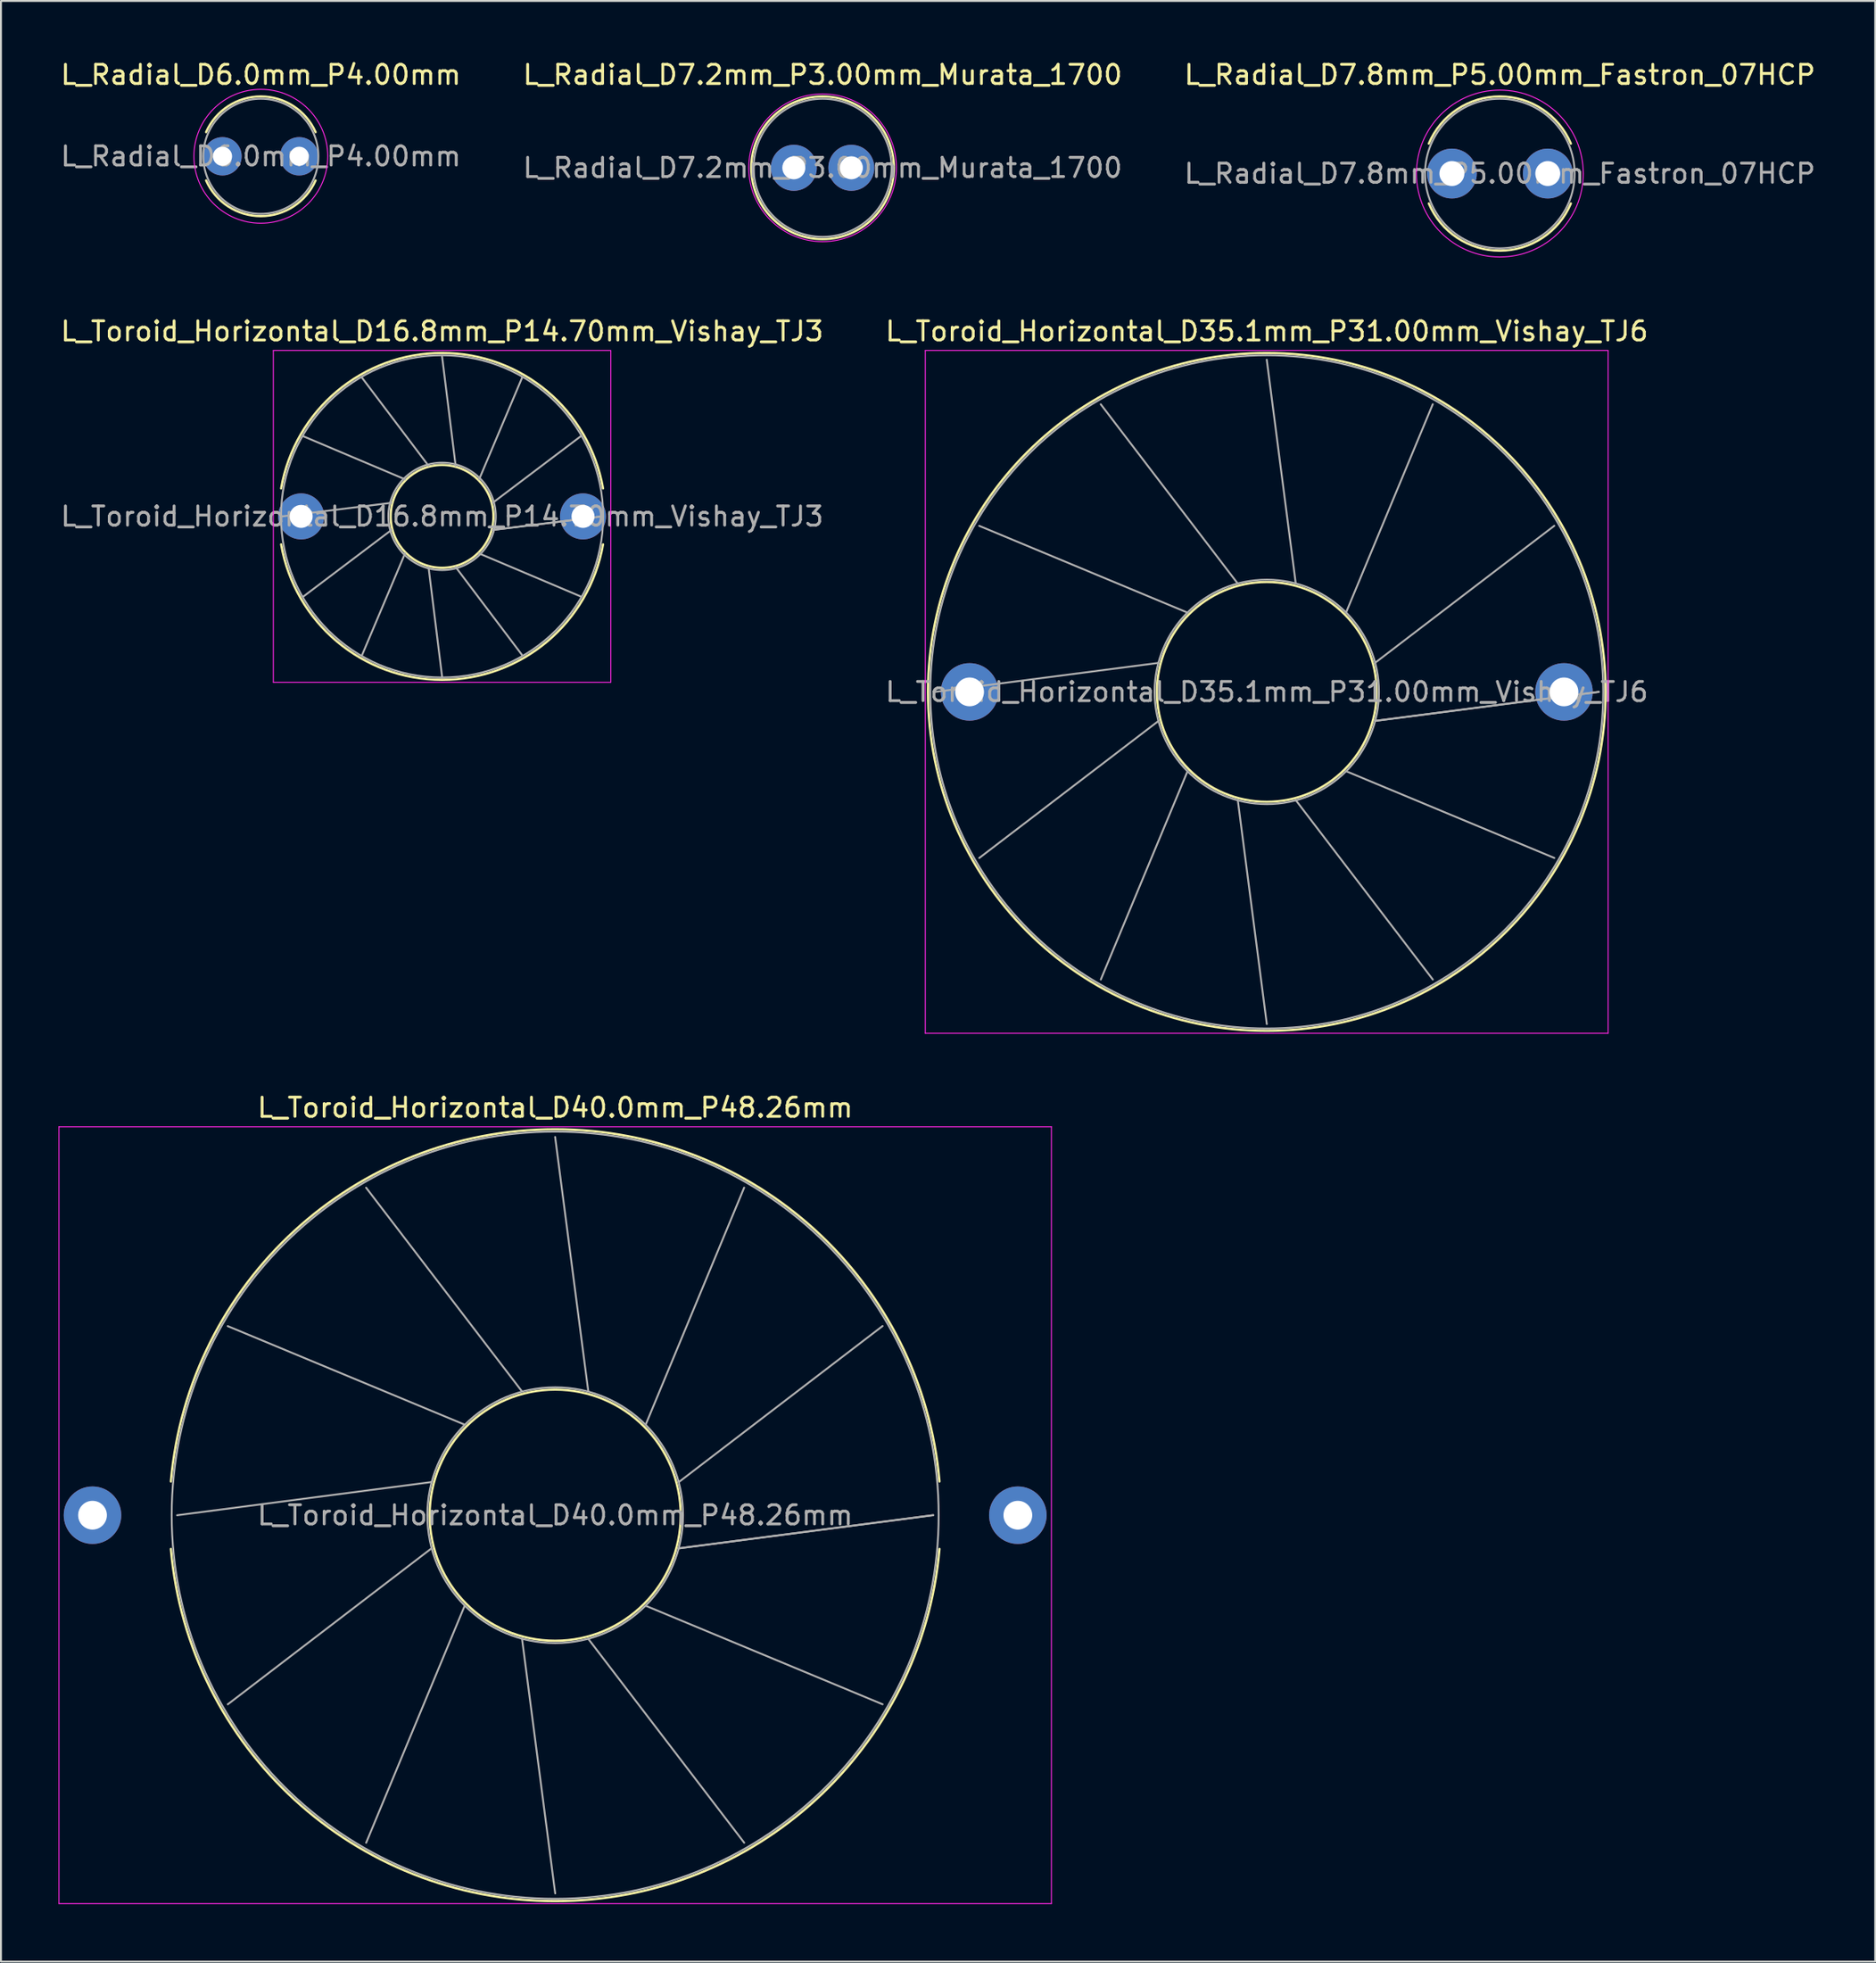
<source format=kicad_pcb>
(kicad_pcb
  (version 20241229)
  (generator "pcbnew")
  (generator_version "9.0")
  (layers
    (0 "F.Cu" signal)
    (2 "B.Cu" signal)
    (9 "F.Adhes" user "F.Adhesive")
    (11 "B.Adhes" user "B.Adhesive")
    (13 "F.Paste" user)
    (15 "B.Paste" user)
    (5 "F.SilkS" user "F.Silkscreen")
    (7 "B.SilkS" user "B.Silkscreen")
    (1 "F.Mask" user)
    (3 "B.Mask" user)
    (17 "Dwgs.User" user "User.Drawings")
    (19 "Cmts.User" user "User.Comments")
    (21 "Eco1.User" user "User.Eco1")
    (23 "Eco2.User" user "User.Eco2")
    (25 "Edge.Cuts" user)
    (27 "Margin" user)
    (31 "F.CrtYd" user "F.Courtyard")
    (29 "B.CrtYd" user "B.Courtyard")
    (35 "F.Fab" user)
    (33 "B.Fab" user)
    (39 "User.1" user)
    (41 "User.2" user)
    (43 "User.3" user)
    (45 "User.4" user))
  (footprint "L_Radial_D7.8mm_P5.00mm_Fastron_07HCP"
    (layer "F.Cu")
    (at 72.673 5.998)
    (property "Reference" "L_Radial_D7.8mm_P5.00mm_Fastron_07HCP" (at 2.5 -5.15 0) (layer "F.SilkS") (effects (font (size 1 1) (thickness 0.15))))
    (attr through_hole)
    (fp_arc (start -1.20497 -1.56) (mid 2.5 -4.02) (end 6.20497 -1.56) (stroke (width 0.12) (type solid)) (layer "F.SilkS"))
    (fp_arc (start 6.20497 1.56) (mid 2.5 4.02) (end -1.20497 1.56) (stroke (width 0.12) (type solid)) (layer "F.SilkS"))
    (fp_circle (center 2.5 0) (end 6.85 0) (stroke (width 0.05) (type solid)) (fill no) (layer "F.CrtYd"))
    (fp_circle (center 2.5 0) (end 6.4 0) (stroke (width 0.1) (type solid)) (fill no) (layer "F.Fab"))
    (fp_text user "${REFERENCE}" (at 2.5 0 0) (layer "F.Fab") (effects (font (size 1 1) (thickness 0.15))))
    (pad "1" thru_hole circle (at 0 0) (size 2.6 2.6) (drill 1.3) (layers "*.Cu" "*.Mask"))
    (pad "2" thru_hole circle (at 5 0) (size 2.6 2.6) (drill 1.3) (layers "*.Cu" "*.Mask")))
  (footprint "L_Toroid_Horizontal_D40.0mm_P48.26mm"
    (layer "F.Cu")
    (at 1.775 75.945)
    (property "Reference" "L_Toroid_Horizontal_D40.0mm_P48.26mm" (at 24.13 -21.25 0) (layer "F.SilkS") (effects (font (size 1 1) (thickness 0.15))))
    (attr through_hole)
    (fp_arc (start 4.087126 -1.76) (mid 24.13 -20.12) (end 44.172874 -1.76) (stroke (width 0.12) (type solid)) (layer "F.SilkS"))
    (fp_arc (start 44.172874 1.76) (mid 24.13 20.12) (end 4.087126 1.76) (stroke (width 0.12) (type solid)) (layer "F.SilkS"))
    (fp_circle (center 24.13 0) (end 30.677 0) (stroke (width 0.12) (type solid)) (fill no) (layer "F.SilkS"))
    (fp_line (start -1.75 -20.25) (end -1.75 20.25) (stroke (width 0.05) (type solid)) (layer "F.CrtYd"))
    (fp_line (start -1.75 20.25) (end 50.01 20.25) (stroke (width 0.05) (type solid)) (layer "F.CrtYd"))
    (fp_line (start 50.01 -20.25) (end -1.75 -20.25) (stroke (width 0.05) (type solid)) (layer "F.CrtYd"))
    (fp_line (start 50.01 20.25) (end 50.01 -20.25) (stroke (width 0.05) (type solid)) (layer "F.CrtYd"))
    (fp_line (start 4.412 0.002) (end 17.68 -1.728) (stroke (width 0.1) (type solid)) (layer "F.Fab"))
    (fp_line (start 7.053 -9.857) (end 19.408 -4.721) (stroke (width 0.1) (type solid)) (layer "F.Fab"))
    (fp_line (start 7.055 9.86) (end 17.68 1.729) (stroke (width 0.1) (type solid)) (layer "F.Fab"))
    (fp_line (start 14.269 -17.075) (end 22.401 -6.45) (stroke (width 0.1) (type solid)) (layer "F.Fab"))
    (fp_line (start 14.272 17.077) (end 19.409 4.722) (stroke (width 0.1) (type solid)) (layer "F.Fab"))
    (fp_line (start 24.127 -19.718) (end 25.857 -6.45) (stroke (width 0.1) (type solid)) (layer "F.Fab"))
    (fp_line (start 24.131 19.718) (end 22.402 6.45) (stroke (width 0.1) (type solid)) (layer "F.Fab"))
    (fp_line (start 33.986 -17.077) (end 28.851 -4.723) (stroke (width 0.1) (type solid)) (layer "F.Fab"))
    (fp_line (start 33.989 17.076) (end 25.859 6.45) (stroke (width 0.1) (type solid)) (layer "F.Fab"))
    (fp_line (start 41.204 -9.862) (end 30.58 -1.729) (stroke (width 0.1) (type solid)) (layer "F.Fab"))
    (fp_line (start 41.206 9.859) (end 28.852 4.722) (stroke (width 0.1) (type solid)) (layer "F.Fab"))
    (fp_line (start 43.848 -0.004) (end 30.58 1.727) (stroke (width 0.1) (type solid)) (layer "F.Fab"))
    (fp_line (start 43.848 0) (end 30.58 1.728) (stroke (width 0.1) (type solid)) (layer "F.Fab"))
    (fp_circle (center 24.13 0) (end 30.797 0) (stroke (width 0.1) (type solid)) (fill no) (layer "F.Fab"))
    (fp_circle (center 24.13 0) (end 44.13 0) (stroke (width 0.1) (type solid)) (fill no) (layer "F.Fab"))
    (fp_text user "${REFERENCE}" (at 24.13 0 0) (layer "F.Fab") (effects (font (size 1 1) (thickness 0.15))))
    (pad "1" thru_hole circle (at 0 0) (size 3 3) (drill 1.5) (layers "*.Cu" "*.Mask"))
    (pad "2" thru_hole circle (at 48.26 0) (size 3 3) (drill 1.5) (layers "*.Cu" "*.Mask")))
  (footprint "L_Radial_D6.0mm_P4.00mm"
    (layer "F.Cu")
    (at 8.554 5.098)
    (property "Reference" "L_Radial_D6.0mm_P4.00mm" (at 2 -4.25 0) (layer "F.SilkS") (effects (font (size 1 1) (thickness 0.15))))
    (attr through_hole)
    (fp_arc (start -0.85426 -1.26) (mid 2 -3.12) (end 4.85426 -1.26) (stroke (width 0.12) (type solid)) (layer "F.SilkS"))
    (fp_arc (start 4.85426 1.26) (mid 2 3.12) (end -0.85426 1.26) (stroke (width 0.12) (type solid)) (layer "F.SilkS"))
    (fp_circle (center 2 0) (end 5.49 0) (stroke (width 0.05) (type solid)) (fill no) (layer "F.CrtYd"))
    (fp_circle (center 2 0) (end 5 0) (stroke (width 0.1) (type solid)) (fill no) (layer "F.Fab"))
    (fp_text user "${REFERENCE}" (at 2 0 0) (layer "F.Fab") (effects (font (size 1 1) (thickness 0.15))))
    (pad "1" thru_hole circle (at 0 0) (size 2 2) (drill 1) (layers "*.Cu" "*.Mask"))
    (pad "2" thru_hole circle (at 4 0) (size 2 2) (drill 1) (layers "*.Cu" "*.Mask")))
  (footprint "L_Toroid_Horizontal_D16.8mm_P14.70mm_Vishay_TJ3"
    (layer "F.Cu")
    (at 12.656 23.872)
    (property "Reference" "L_Toroid_Horizontal_D16.8mm_P14.70mm_Vishay_TJ3" (at 7.35 -9.65 0) (layer "F.SilkS") (effects (font (size 1 1) (thickness 0.15))))
    (attr through_hole)
    (fp_arc (start -1.043974 -1.46) (mid 7.35 -8.52) (end 15.743974 -1.46) (stroke (width 0.12) (type solid)) (layer "F.SilkS"))
    (fp_arc (start 15.743974 1.46) (mid 7.35 8.52) (end -1.043974 1.46) (stroke (width 0.12) (type solid)) (layer "F.SilkS"))
    (fp_circle (center 7.35 0) (end 10.03 0) (stroke (width 0.12) (type solid)) (fill no) (layer "F.SilkS"))
    (fp_line (start -1.45 -8.65) (end -1.45 8.65) (stroke (width 0.05) (type solid)) (layer "F.CrtYd"))
    (fp_line (start -1.45 8.65) (end 16.15 8.65) (stroke (width 0.05) (type solid)) (layer "F.CrtYd"))
    (fp_line (start 16.15 -8.65) (end -1.45 -8.65) (stroke (width 0.05) (type solid)) (layer "F.CrtYd"))
    (fp_line (start 16.15 8.65) (end 16.15 -8.65) (stroke (width 0.05) (type solid)) (layer "F.CrtYd"))
    (fp_line (start -1 0.001) (end 4.709 -0.707) (stroke (width 0.1) (type solid)) (layer "F.Fab"))
    (fp_line (start 0.119 -4.174) (end 5.417 -1.933) (stroke (width 0.1) (type solid)) (layer "F.Fab"))
    (fp_line (start 0.119 4.175) (end 4.71 0.708) (stroke (width 0.1) (type solid)) (layer "F.Fab"))
    (fp_line (start 3.174 -7.23) (end 6.642 -2.64) (stroke (width 0.1) (type solid)) (layer "F.Fab"))
    (fp_line (start 3.176 7.231) (end 5.417 1.933) (stroke (width 0.1) (type solid)) (layer "F.Fab"))
    (fp_line (start 7.349 -8.35) (end 8.057 -2.641) (stroke (width 0.1) (type solid)) (layer "F.Fab"))
    (fp_line (start 7.35 8.35) (end 6.643 2.64) (stroke (width 0.1) (type solid)) (layer "F.Fab"))
    (fp_line (start 11.524 -7.232) (end 9.283 -1.933) (stroke (width 0.1) (type solid)) (layer "F.Fab"))
    (fp_line (start 11.525 7.231) (end 8.058 2.64) (stroke (width 0.1) (type solid)) (layer "F.Fab"))
    (fp_line (start 14.58 -4.176) (end 9.99 -0.708) (stroke (width 0.1) (type solid)) (layer "F.Fab"))
    (fp_line (start 14.581 4.175) (end 9.283 1.933) (stroke (width 0.1) (type solid)) (layer "F.Fab"))
    (fp_line (start 15.7 -0.002) (end 9.991 0.707) (stroke (width 0.1) (type solid)) (layer "F.Fab"))
    (fp_line (start 15.7 0) (end 9.99 0.707) (stroke (width 0.1) (type solid)) (layer "F.Fab"))
    (fp_circle (center 7.35 0) (end 10.15 0) (stroke (width 0.1) (type solid)) (fill no) (layer "F.Fab"))
    (fp_circle (center 7.35 0) (end 15.75 0) (stroke (width 0.1) (type solid)) (fill no) (layer "F.Fab"))
    (fp_text user "${REFERENCE}" (at 7.35 0 0) (layer "F.Fab") (effects (font (size 1 1) (thickness 0.15))))
    (pad "1" thru_hole circle (at 0 0) (size 2.4 2.4) (drill 1.2) (layers "*.Cu" "*.Mask"))
    (pad "2" thru_hole circle (at 14.7 0) (size 2.4 2.4) (drill 1.2) (layers "*.Cu" "*.Mask")))
  (footprint "L_Toroid_Horizontal_D35.1mm_P31.00mm_Vishay_TJ6"
    (layer "F.Cu")
    (at 47.518 33.022)
    (property "Reference" "L_Toroid_Horizontal_D35.1mm_P31.00mm_Vishay_TJ6" (at 15.5 -18.8 0) (layer "F.SilkS") (effects (font (size 1 1) (thickness 0.15))))
    (attr through_hole)
    (fp_circle (center 15.5 0) (end 21.23 0) (stroke (width 0.12) (type solid)) (fill no) (layer "F.SilkS"))
    (fp_circle (center 15.5 0) (end 33.17 0) (stroke (width 0.12) (type solid)) (fill no) (layer "F.SilkS"))
    (fp_line (start -2.31 -17.8) (end -2.31 17.8) (stroke (width 0.05) (type solid)) (layer "F.CrtYd"))
    (fp_line (start -2.31 17.8) (end 33.3 17.8) (stroke (width 0.05) (type solid)) (layer "F.CrtYd"))
    (fp_line (start 33.3 -17.8) (end -2.31 -17.8) (stroke (width 0.05) (type solid)) (layer "F.CrtYd"))
    (fp_line (start 33.3 17.8) (end 33.3 -17.8) (stroke (width 0.05) (type solid)) (layer "F.CrtYd"))
    (fp_line (start -1.817 0.002) (end 9.854 -1.512) (stroke (width 0.1) (type solid)) (layer "F.Fab"))
    (fp_line (start 0.502 -8.657) (end 11.367 -4.132) (stroke (width 0.1) (type solid)) (layer "F.Fab"))
    (fp_line (start 0.504 8.659) (end 9.855 1.513) (stroke (width 0.1) (type solid)) (layer "F.Fab"))
    (fp_line (start 6.84 -14.996) (end 13.987 -5.645) (stroke (width 0.1) (type solid)) (layer "F.Fab"))
    (fp_line (start 6.843 14.997) (end 11.368 4.133) (stroke (width 0.1) (type solid)) (layer "F.Fab"))
    (fp_line (start 15.498 -17.317) (end 17.012 -5.646) (stroke (width 0.1) (type solid)) (layer "F.Fab"))
    (fp_line (start 15.501 17.317) (end 13.988 5.646) (stroke (width 0.1) (type solid)) (layer "F.Fab"))
    (fp_line (start 24.156 -14.998) (end 19.632 -4.133) (stroke (width 0.1) (type solid)) (layer "F.Fab"))
    (fp_line (start 24.159 14.996) (end 17.013 5.645) (stroke (width 0.1) (type solid)) (layer "F.Fab"))
    (fp_line (start 30.495 -8.661) (end 21.145 -1.514) (stroke (width 0.1) (type solid)) (layer "F.Fab"))
    (fp_line (start 30.497 8.658) (end 19.633 4.133) (stroke (width 0.1) (type solid)) (layer "F.Fab"))
    (fp_line (start 32.817 -0.003) (end 21.146 1.512) (stroke (width 0.1) (type solid)) (layer "F.Fab"))
    (fp_line (start 32.817 0) (end 21.145 1.513) (stroke (width 0.1) (type solid)) (layer "F.Fab"))
    (fp_circle (center 15.5 0) (end 21.35 0) (stroke (width 0.1) (type solid)) (fill no) (layer "F.Fab"))
    (fp_circle (center 15.5 0) (end 33.05 0) (stroke (width 0.1) (type solid)) (fill no) (layer "F.Fab"))
    (fp_text user "${REFERENCE}" (at 15.5 0 0) (layer "F.Fab") (effects (font (size 1 1) (thickness 0.15))))
    (pad "1" thru_hole circle (at 0 0) (size 3 3) (drill 1.5) (layers "*.Cu" "*.Mask"))
    (pad "2" thru_hole circle (at 31 0) (size 3 3) (drill 1.5) (layers "*.Cu" "*.Mask")))
  (footprint "L_Radial_D7.2mm_P3.00mm_Murata_1700"
    (layer "F.Cu")
    (at 38.351 5.698)
    (property "Reference" "L_Radial_D7.2mm_P3.00mm_Murata_1700" (at 1.5 -4.85 0) (layer "F.SilkS") (effects (font (size 1 1) (thickness 0.15))))
    (attr through_hole)
    (fp_circle (center 1.5 0) (end 5.22 0) (stroke (width 0.12) (type solid)) (fill no) (layer "F.SilkS"))
    (fp_circle (center 1.5 0) (end 5.35 0) (stroke (width 0.05) (type solid)) (fill no) (layer "F.CrtYd"))
    (fp_circle (center 1.5 0) (end 5.1 0) (stroke (width 0.1) (type solid)) (fill no) (layer "F.Fab"))
    (fp_text user "${REFERENCE}" (at 1.5 0 0) (layer "F.Fab") (effects (font (size 1 1) (thickness 0.15))))
    (pad "1" thru_hole circle (at 0 0) (size 2.4 2.4) (drill 1.2) (layers "*.Cu" "*.Mask"))
    (pad "2" thru_hole circle (at 3 0) (size 2.4 2.4) (drill 1.2) (layers "*.Cu" "*.Mask")))
  (gr_rect
    (start -3 -3)
    (end 94.75 99.22)
    (stroke (width 0.1) (type default))
    (fill no)
    (layer "Edge.Cuts")))
</source>
